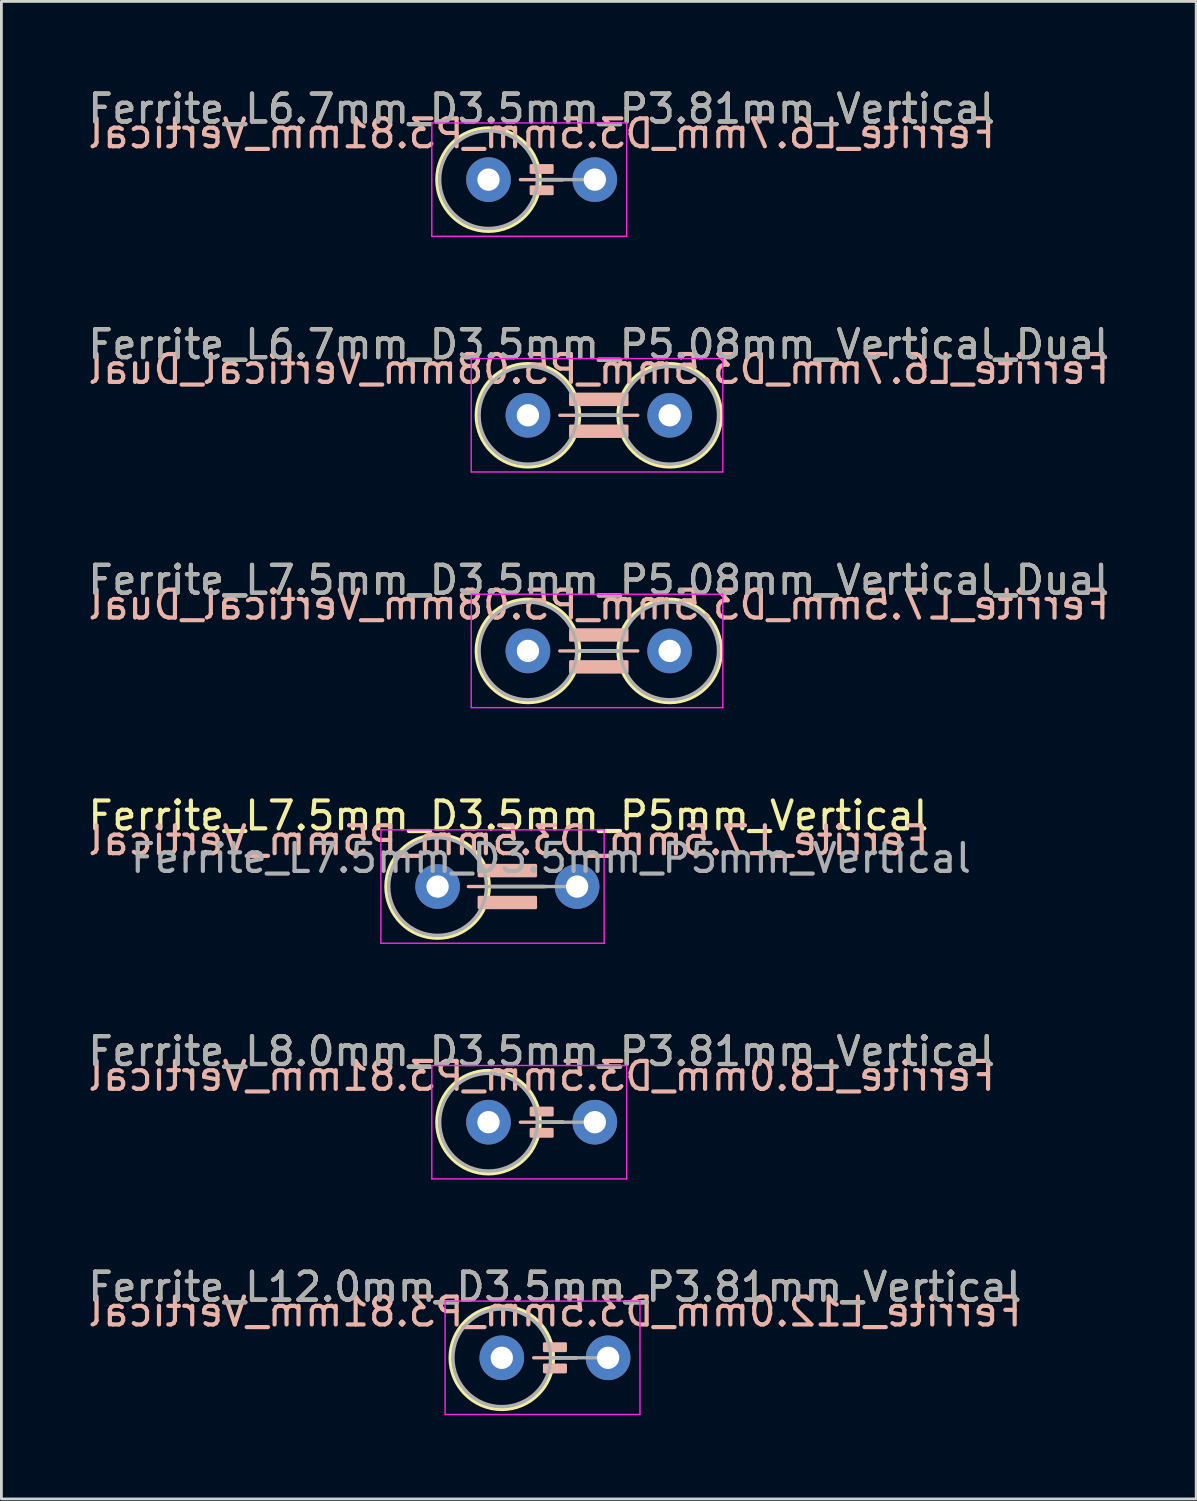
<source format=kicad_pcb>
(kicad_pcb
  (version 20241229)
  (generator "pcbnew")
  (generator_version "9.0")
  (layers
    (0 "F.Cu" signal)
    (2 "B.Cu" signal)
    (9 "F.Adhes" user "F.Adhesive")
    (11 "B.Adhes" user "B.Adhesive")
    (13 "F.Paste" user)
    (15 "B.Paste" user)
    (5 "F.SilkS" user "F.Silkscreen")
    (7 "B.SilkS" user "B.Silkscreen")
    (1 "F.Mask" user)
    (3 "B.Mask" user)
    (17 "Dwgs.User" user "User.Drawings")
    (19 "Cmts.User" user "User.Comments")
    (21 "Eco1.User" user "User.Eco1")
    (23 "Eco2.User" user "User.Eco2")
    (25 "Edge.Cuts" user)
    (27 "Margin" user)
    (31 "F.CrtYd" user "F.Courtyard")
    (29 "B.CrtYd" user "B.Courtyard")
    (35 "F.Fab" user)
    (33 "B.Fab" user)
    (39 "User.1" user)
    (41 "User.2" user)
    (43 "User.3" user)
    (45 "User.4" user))
  (footprint "Ferrite_L7.5mm_D3.5mm_P5.08mm_Vertical_Dual"
    (layer "F.Cu")
    (at 15.871 20.279)
    (property "Reference" "Ferrite_L7.5mm_D3.5mm_P5.08mm_Vertical_Dual" (at 2.54 -2.54 0) (layer "F.SilkS") (effects (font (size 1 1) (thickness 0.15))))
    (fp_line (start 1.85 0) (end 3.23 0) (stroke (width 0.12) (type solid)) (layer "F.SilkS"))
    (fp_circle (center 0 0) (end 0 -1.85) (stroke (width 0.12) (type solid)) (fill no) (layer "F.SilkS"))
    (fp_circle (center 5.08 0) (end 5.08 -1.85) (stroke (width 0.12) (type solid)) (fill no) (layer "F.SilkS"))
    (fp_line (start 3.937 0) (end 1.143 0) (stroke (width 0.12) (type solid)) (layer "B.SilkS"))
    (fp_rect (start 1.524 -0.762) (end 3.556 -0.381) (stroke (width 0.1) (type solid)) (fill yes) (layer "B.SilkS"))
    (fp_rect (start 1.524 0.381) (end 3.556 0.762) (stroke (width 0.1) (type solid)) (fill yes) (layer "B.SilkS"))
    (fp_line (start -2.032 -2.032) (end 6.985 -2.032) (stroke (width 0.05) (type solid)) (layer "F.CrtYd"))
    (fp_line (start -2.032 2.032) (end -2.032 -2.032) (stroke (width 0.05) (type solid)) (layer "F.CrtYd"))
    (fp_line (start 6.985 -2.032) (end 6.985 2.032) (stroke (width 0.05) (type solid)) (layer "F.CrtYd"))
    (fp_line (start 6.985 2.032) (end -2.032 2.032) (stroke (width 0.05) (type solid)) (layer "F.CrtYd"))
    (fp_line (start 1.75 0) (end 3.33 0) (stroke (width 0.12) (type solid)) (layer "F.Fab"))
    (fp_circle (center 0 0) (end 0 -1.75) (stroke (width 0.12) (type solid)) (fill no) (layer "F.Fab"))
    (fp_circle (center 5.08 0) (end 5.08 -1.75) (stroke (width 0.12) (type solid)) (fill no) (layer "F.Fab"))
    (fp_text user "${REFERENCE}" (at 2.54 -1.651 0) (layer "B.SilkS") (effects (font (size 1 1) (thickness 0.15)) (justify mirror)))
    (fp_text user "${REFERENCE}" (at 2.54 -2.539 0) (layer "F.Fab") (effects (font (size 1 1) (thickness 0.15))))
    (pad "1" thru_hole circle (at 0 0) (size 1.6 1.6) (drill 0.8) (layers "*.Cu" "*.Mask"))
    (pad "2" thru_hole circle (at 5.08 0) (size 1.6 1.6) (drill 0.8) (layers "*.Cu" "*.Mask")))
  (footprint "Ferrite_L12.0mm_D3.5mm_P3.81mm_Vertical"
    (layer "F.Cu")
    (at 14.934 45.614)
    (property "Reference" "Ferrite_L12.0mm_D3.5mm_P3.81mm_Vertical" (at 1.905 -2.54 0) (layer "F.SilkS") (effects (font (size 1 1) (thickness 0.15))))
    (fp_line (start 1.85 0) (end 2.667 0) (stroke (width 0.12) (type solid)) (layer "F.SilkS"))
    (fp_circle (center 0 0) (end 0 -1.85) (stroke (width 0.12) (type solid)) (fill no) (layer "F.SilkS"))
    (fp_line (start 2.667 0) (end 1.143 0) (stroke (width 0.12) (type solid)) (layer "B.SilkS"))
    (fp_rect (start 1.524 -0.508) (end 2.286 -0.254) (stroke (width 0.1) (type solid)) (fill yes) (layer "B.SilkS"))
    (fp_rect (start 1.524 0.254) (end 2.286 0.508) (stroke (width 0.1) (type solid)) (fill yes) (layer "B.SilkS"))
    (fp_line (start -2.032 -2.032) (end 4.953 -2.032) (stroke (width 0.05) (type solid)) (layer "F.CrtYd"))
    (fp_line (start -2.032 2.032) (end -2.032 -2.032) (stroke (width 0.05) (type solid)) (layer "F.CrtYd"))
    (fp_line (start 4.953 -2.032) (end 4.953 2.032) (stroke (width 0.05) (type solid)) (layer "F.CrtYd"))
    (fp_line (start 4.953 2.032) (end -2.032 2.032) (stroke (width 0.05) (type solid)) (layer "F.CrtYd"))
    (fp_line (start 1.75 0) (end 3.81 0) (stroke (width 0.12) (type solid)) (layer "F.Fab"))
    (fp_circle (center 0 0) (end 0 -1.75) (stroke (width 0.12) (type solid)) (fill no) (layer "F.Fab"))
    (fp_text user "${REFERENCE}" (at 1.905 -1.651 0) (layer "B.SilkS") (effects (font (size 1 1) (thickness 0.15)) (justify mirror)))
    (fp_text user "${REFERENCE}" (at 1.905 -2.539 0) (layer "F.Fab") (effects (font (size 1 1) (thickness 0.15))))
    (pad "1" thru_hole circle (at 0 0) (size 1.6 1.6) (drill 0.8) (layers "*.Cu" "*.Mask"))
    (pad "2" thru_hole circle (at 3.81 0) (size 1.6 1.6) (drill 0.8) (layers "*.Cu" "*.Mask")))
  (footprint "Ferrite_L8.0mm_D3.5mm_P3.81mm_Vertical"
    (layer "F.Cu")
    (at 14.458 37.169)
    (property "Reference" "Ferrite_L8.0mm_D3.5mm_P3.81mm_Vertical" (at 1.905 -2.54 0) (layer "F.SilkS") (effects (font (size 1 1) (thickness 0.15))))
    (fp_line (start 1.85 0) (end 2.667 0) (stroke (width 0.12) (type solid)) (layer "F.SilkS"))
    (fp_circle (center 0 0) (end 0 -1.85) (stroke (width 0.12) (type solid)) (fill no) (layer "F.SilkS"))
    (fp_line (start 2.667 0) (end 1.143 0) (stroke (width 0.12) (type solid)) (layer "B.SilkS"))
    (fp_rect (start 1.524 -0.508) (end 2.286 -0.254) (stroke (width 0.1) (type solid)) (fill yes) (layer "B.SilkS"))
    (fp_rect (start 1.524 0.254) (end 2.286 0.508) (stroke (width 0.1) (type solid)) (fill yes) (layer "B.SilkS"))
    (fp_line (start -2.032 -2.032) (end 4.953 -2.032) (stroke (width 0.05) (type solid)) (layer "F.CrtYd"))
    (fp_line (start -2.032 2.032) (end -2.032 -2.032) (stroke (width 0.05) (type solid)) (layer "F.CrtYd"))
    (fp_line (start 4.953 -2.032) (end 4.953 2.032) (stroke (width 0.05) (type solid)) (layer "F.CrtYd"))
    (fp_line (start 4.953 2.032) (end -2.032 2.032) (stroke (width 0.05) (type solid)) (layer "F.CrtYd"))
    (fp_line (start 1.75 0) (end 3.81 0) (stroke (width 0.12) (type solid)) (layer "F.Fab"))
    (fp_circle (center 0 0) (end 0 -1.75) (stroke (width 0.12) (type solid)) (fill no) (layer "F.Fab"))
    (fp_text user "${REFERENCE}" (at 1.905 -1.651 0) (layer "B.SilkS") (effects (font (size 1 1) (thickness 0.15)) (justify mirror)))
    (fp_text user "${REFERENCE}" (at 1.905 -2.539 0) (layer "F.Fab") (effects (font (size 1 1) (thickness 0.15))))
    (pad "1" thru_hole circle (at 0 0) (size 1.6 1.6) (drill 0.8) (layers "*.Cu" "*.Mask"))
    (pad "2" thru_hole circle (at 3.81 0) (size 1.6 1.6) (drill 0.8) (layers "*.Cu" "*.Mask")))
  (footprint "Ferrite_L6.7mm_D3.5mm_P3.81mm_Vertical"
    (layer "F.Cu")
    (at 14.458 3.388)
    (property "Reference" "Ferrite_L6.7mm_D3.5mm_P3.81mm_Vertical" (at 1.905 -2.54 0) (layer "F.SilkS") (effects (font (size 1 1) (thickness 0.15))))
    (fp_line (start 1.85 0) (end 2.667 0) (stroke (width 0.12) (type solid)) (layer "F.SilkS"))
    (fp_circle (center 0 0) (end 0 -1.85) (stroke (width 0.12) (type solid)) (fill no) (layer "F.SilkS"))
    (fp_line (start 2.667 0) (end 1.143 0) (stroke (width 0.12) (type solid)) (layer "B.SilkS"))
    (fp_rect (start 1.524 -0.508) (end 2.286 -0.254) (stroke (width 0.1) (type solid)) (fill yes) (layer "B.SilkS"))
    (fp_rect (start 1.524 0.254) (end 2.286 0.508) (stroke (width 0.1) (type solid)) (fill yes) (layer "B.SilkS"))
    (fp_line (start -2.032 -2.032) (end 4.953 -2.032) (stroke (width 0.05) (type solid)) (layer "F.CrtYd"))
    (fp_line (start -2.032 2.032) (end -2.032 -2.032) (stroke (width 0.05) (type solid)) (layer "F.CrtYd"))
    (fp_line (start 4.953 -2.032) (end 4.953 2.032) (stroke (width 0.05) (type solid)) (layer "F.CrtYd"))
    (fp_line (start 4.953 2.032) (end -2.032 2.032) (stroke (width 0.05) (type solid)) (layer "F.CrtYd"))
    (fp_line (start 1.75 0) (end 3.81 0) (stroke (width 0.12) (type solid)) (layer "F.Fab"))
    (fp_circle (center 0 0) (end 0 -1.75) (stroke (width 0.12) (type solid)) (fill no) (layer "F.Fab"))
    (fp_text user "${REFERENCE}" (at 1.905 -1.651 0) (layer "B.SilkS") (effects (font (size 1 1) (thickness 0.15)) (justify mirror)))
    (fp_text user "${REFERENCE}" (at 1.905 -2.539 0) (layer "F.Fab") (effects (font (size 1 1) (thickness 0.15))))
    (pad "1" thru_hole circle (at 0 0) (size 1.6 1.6) (drill 0.8) (layers "*.Cu" "*.Mask"))
    (pad "2" thru_hole circle (at 3.81 0) (size 1.6 1.6) (drill 0.8) (layers "*.Cu" "*.Mask")))
  (footprint "Ferrite_L7.5mm_D3.5mm_P5mm_Vertical"
    (layer "F.Cu")
    (at 12.633 28.724)
    (property "Reference" "Ferrite_L7.5mm_D3.5mm_P5mm_Vertical" (at 2.54 -2.54 0) (layer "F.SilkS") (effects (font (size 1 1) (thickness 0.15))))
    (fp_line (start 1.85 0) (end 3.81 0) (stroke (width 0.12) (type solid)) (layer "F.SilkS"))
    (fp_circle (center 0 0) (end 0 -1.85) (stroke (width 0.12) (type solid)) (fill no) (layer "F.SilkS"))
    (fp_line (start 3.897 0) (end 1.103 0) (stroke (width 0.12) (type solid)) (layer "B.SilkS"))
    (fp_rect (start 1.484 -0.762) (end 3.516 -0.381) (stroke (width 0.1) (type solid)) (fill yes) (layer "B.SilkS"))
    (fp_rect (start 1.484 0.381) (end 3.516 0.762) (stroke (width 0.1) (type solid)) (fill yes) (layer "B.SilkS"))
    (fp_line (start -2.032 -2.032) (end 5.969 -2.032) (stroke (width 0.05) (type solid)) (layer "F.CrtYd"))
    (fp_line (start -2.032 2.032) (end -2.032 -2.032) (stroke (width 0.05) (type solid)) (layer "F.CrtYd"))
    (fp_line (start 5.969 -2.032) (end 5.969 2.032) (stroke (width 0.05) (type solid)) (layer "F.CrtYd"))
    (fp_line (start 5.969 2.032) (end -2.032 2.032) (stroke (width 0.05) (type solid)) (layer "F.CrtYd"))
    (fp_line (start 1.75 0) (end 5 0) (stroke (width 0.12) (type solid)) (layer "F.Fab"))
    (fp_circle (center 0 0) (end 0 -1.75) (stroke (width 0.12) (type solid)) (fill no) (layer "F.Fab"))
    (fp_text user "${REFERENCE}" (at 2.54 -1.651 0) (layer "B.SilkS") (effects (font (size 1 1) (thickness 0.15)) (justify mirror)))
    (fp_text user "${REFERENCE}" (at 4.064 -1.016 0) (layer "F.Fab") (effects (font (size 1 1) (thickness 0.15))))
    (pad "1" thru_hole circle (at 0 0) (size 1.6 1.6) (drill 0.8) (layers "*.Cu" "*.Mask"))
    (pad "2" thru_hole circle (at 5 0) (size 1.6 1.6) (drill 0.8) (layers "*.Cu" "*.Mask")))
  (footprint "Ferrite_L6.7mm_D3.5mm_P5.08mm_Vertical_Dual"
    (layer "F.Cu")
    (at 15.871 11.834)
    (property "Reference" "Ferrite_L6.7mm_D3.5mm_P5.08mm_Vertical_Dual" (at 2.54 -2.54 0) (layer "F.SilkS") (effects (font (size 1 1) (thickness 0.15))))
    (fp_line (start 1.85 0) (end 3.23 0) (stroke (width 0.12) (type solid)) (layer "F.SilkS"))
    (fp_circle (center 0 0) (end 0 -1.85) (stroke (width 0.12) (type solid)) (fill no) (layer "F.SilkS"))
    (fp_circle (center 5.08 0) (end 5.08 -1.85) (stroke (width 0.12) (type solid)) (fill no) (layer "F.SilkS"))
    (fp_line (start 3.937 0) (end 1.143 0) (stroke (width 0.12) (type solid)) (layer "B.SilkS"))
    (fp_rect (start 1.524 -0.762) (end 3.556 -0.381) (stroke (width 0.1) (type solid)) (fill yes) (layer "B.SilkS"))
    (fp_rect (start 1.524 0.381) (end 3.556 0.762) (stroke (width 0.1) (type solid)) (fill yes) (layer "B.SilkS"))
    (fp_line (start -2.032 -2.032) (end 6.985 -2.032) (stroke (width 0.05) (type solid)) (layer "F.CrtYd"))
    (fp_line (start -2.032 2.032) (end -2.032 -2.032) (stroke (width 0.05) (type solid)) (layer "F.CrtYd"))
    (fp_line (start 6.985 -2.032) (end 6.985 2.032) (stroke (width 0.05) (type solid)) (layer "F.CrtYd"))
    (fp_line (start 6.985 2.032) (end -2.032 2.032) (stroke (width 0.05) (type solid)) (layer "F.CrtYd"))
    (fp_line (start 1.75 0) (end 3.33 0) (stroke (width 0.12) (type solid)) (layer "F.Fab"))
    (fp_circle (center 0 0) (end 0 -1.75) (stroke (width 0.12) (type solid)) (fill no) (layer "F.Fab"))
    (fp_circle (center 5.08 0) (end 5.08 -1.75) (stroke (width 0.12) (type solid)) (fill no) (layer "F.Fab"))
    (fp_text user "${REFERENCE}" (at 2.54 -1.651 0) (layer "B.SilkS") (effects (font (size 1 1) (thickness 0.15)) (justify mirror)))
    (fp_text user "${REFERENCE}" (at 2.54 -2.539 0) (layer "F.Fab") (effects (font (size 1 1) (thickness 0.15))))
    (pad "1" thru_hole circle (at 0 0) (size 1.6 1.6) (drill 0.8) (layers "*.Cu" "*.Mask"))
    (pad "2" thru_hole circle (at 5.08 0) (size 1.6 1.6) (drill 0.8) (layers "*.Cu" "*.Mask")))
  (gr_rect
    (start -3 -3)
    (end 39.821 50.672)
    (stroke (width 0.1) (type default))
    (fill no)
    (layer "Edge.Cuts")))
</source>
